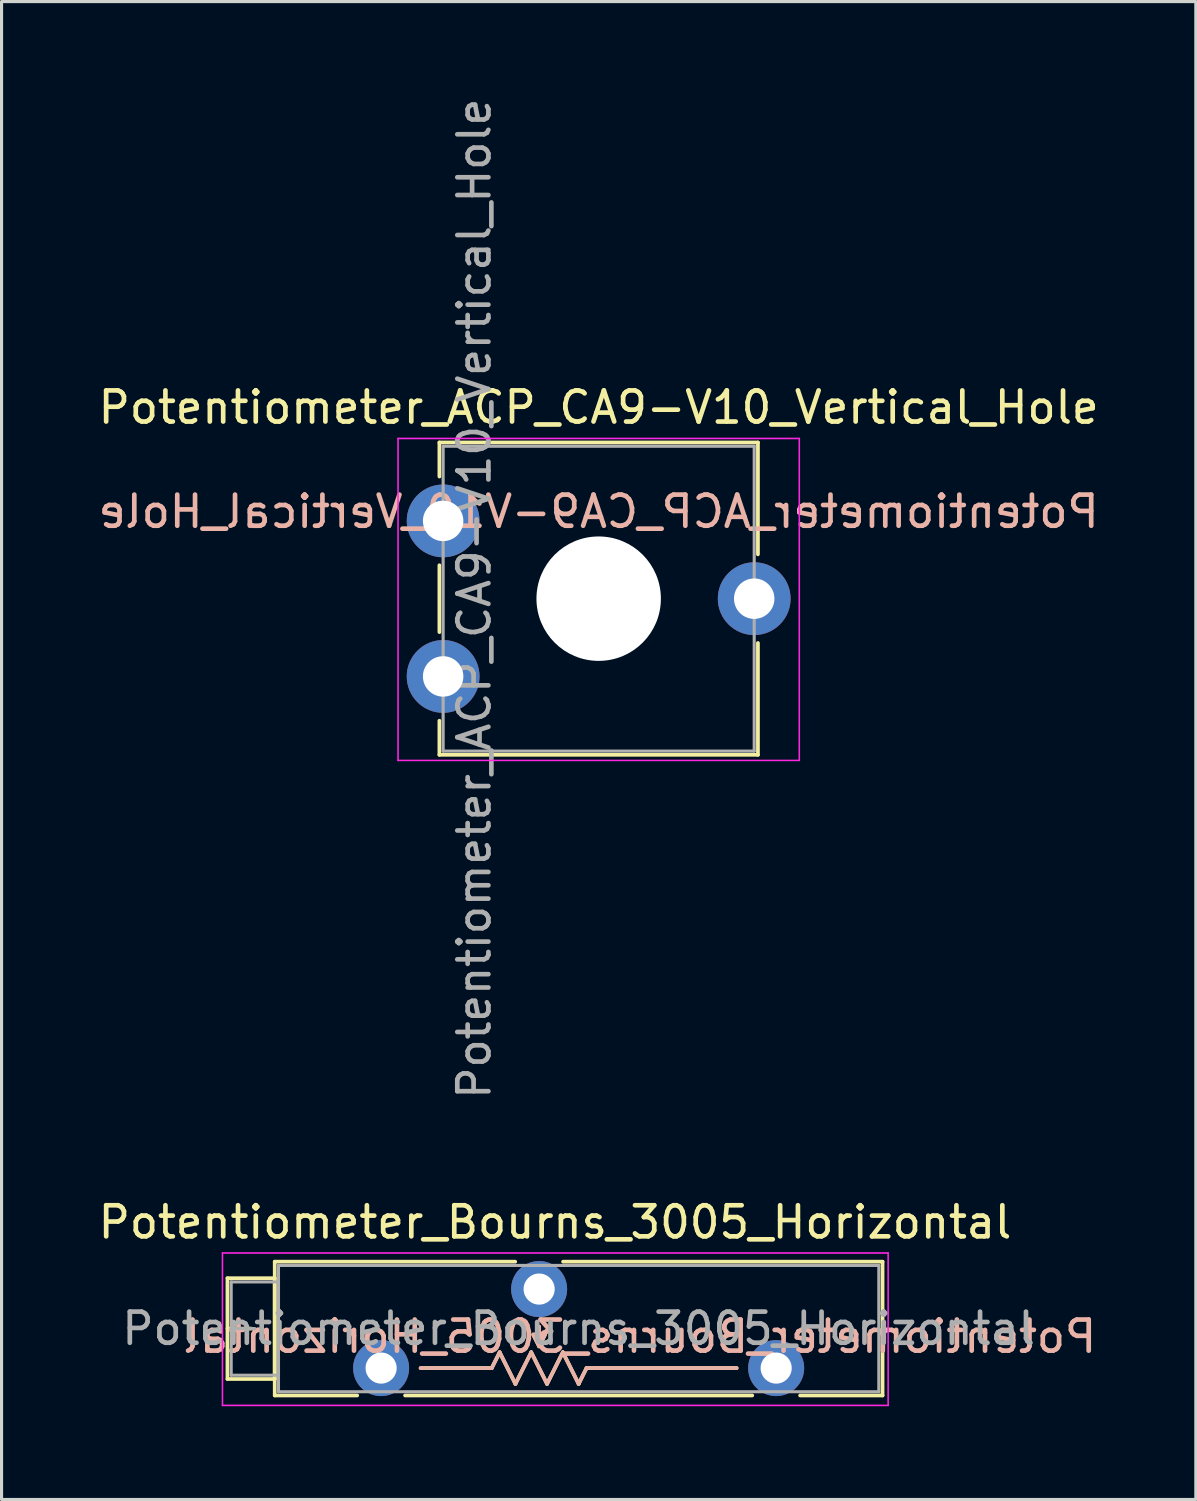
<source format=kicad_pcb>
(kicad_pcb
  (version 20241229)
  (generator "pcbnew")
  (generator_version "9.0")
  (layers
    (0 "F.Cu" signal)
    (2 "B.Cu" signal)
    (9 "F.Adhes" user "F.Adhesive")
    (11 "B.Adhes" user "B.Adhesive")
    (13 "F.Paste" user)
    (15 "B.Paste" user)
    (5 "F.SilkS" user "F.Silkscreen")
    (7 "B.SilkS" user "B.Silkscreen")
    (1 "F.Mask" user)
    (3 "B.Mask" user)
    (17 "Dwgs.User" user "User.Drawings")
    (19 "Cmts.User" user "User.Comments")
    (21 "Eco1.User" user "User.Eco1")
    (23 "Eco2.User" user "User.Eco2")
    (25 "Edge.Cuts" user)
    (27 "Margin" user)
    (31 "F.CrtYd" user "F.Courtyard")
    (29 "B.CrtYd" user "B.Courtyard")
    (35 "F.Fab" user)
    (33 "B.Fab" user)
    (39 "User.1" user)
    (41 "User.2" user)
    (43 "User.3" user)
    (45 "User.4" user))
  (footprint "Potentiometer_Bourns_3005_Horizontal"
    (layer "F.Cu")
    (at 21.902 40.931)
    (property "Reference" "Potentiometer_Bourns_3005_Horizontal" (at -7.11 -4.69 0) (layer "F.SilkS") (effects (font (size 1 1) (thickness 0.15))))
    (attr through_hole)
    (fp_line (start -17.64 -2.89) (end -17.64 0.35) (stroke (width 0.12) (type solid)) (layer "F.SilkS"))
    (fp_line (start -17.64 -2.89) (end -16.121 -2.89) (stroke (width 0.12) (type solid)) (layer "F.SilkS"))
    (fp_line (start -17.64 -1.27) (end -16.881 -1.27) (stroke (width 0.12) (type solid)) (layer "F.SilkS"))
    (fp_line (start -17.64 0.35) (end -16.121 0.35) (stroke (width 0.12) (type solid)) (layer "F.SilkS"))
    (fp_line (start -16.121 -2.89) (end -16.121 0.35) (stroke (width 0.12) (type solid)) (layer "F.SilkS"))
    (fp_line (start -16.12 -3.42) (end -16.12 0.88) (stroke (width 0.12) (type solid)) (layer "F.SilkS"))
    (fp_line (start -16.12 -3.42) (end -8.389 -3.42) (stroke (width 0.12) (type solid)) (layer "F.SilkS"))
    (fp_line (start -16.12 0.88) (end -13.469 0.88) (stroke (width 0.12) (type solid)) (layer "F.SilkS"))
    (fp_line (start -11.93 0.88) (end -0.769 0.88) (stroke (width 0.12) (type solid)) (layer "F.SilkS"))
    (fp_line (start -9.144 0) (end -11.43 0) (stroke (width 0.12) (type solid)) (layer "F.SilkS"))
    (fp_line (start -9.144 0) (end -8.89 -0.508) (stroke (width 0.12) (type solid)) (layer "F.SilkS"))
    (fp_line (start -8.89 -0.508) (end -8.382 0.508) (stroke (width 0.12) (type solid)) (layer "F.SilkS"))
    (fp_line (start -8.382 0.508) (end -7.874 -0.508) (stroke (width 0.12) (type solid)) (layer "F.SilkS"))
    (fp_line (start -7.874 -0.508) (end -7.366 0.508) (stroke (width 0.12) (type solid)) (layer "F.SilkS"))
    (fp_line (start -7.62 -1.333) (end -7.62 -0.699) (stroke (width 0.12) (type solid)) (layer "F.SilkS"))
    (fp_line (start -7.366 0.508) (end -6.858 -0.508) (stroke (width 0.12) (type solid)) (layer "F.SilkS"))
    (fp_line (start -6.858 -0.508) (end -6.35 0.508) (stroke (width 0.12) (type solid)) (layer "F.SilkS"))
    (fp_line (start -6.85 -3.42) (end 3.42 -3.42) (stroke (width 0.12) (type solid)) (layer "F.SilkS"))
    (fp_line (start -6.35 0.508) (end -6.096 0) (stroke (width 0.12) (type solid)) (layer "F.SilkS"))
    (fp_line (start -6.096 0) (end -1.27 0) (stroke (width 0.12) (type solid)) (layer "F.SilkS"))
    (fp_line (start 0.77 0.88) (end 3.42 0.88) (stroke (width 0.12) (type solid)) (layer "F.SilkS"))
    (fp_line (start 3.42 -3.42) (end 3.42 0.88) (stroke (width 0.12) (type solid)) (layer "F.SilkS"))
    (fp_poly (pts (xy -7.62 -0.699) (xy -7.811 -1.079) (xy -7.429 -1.079)) (stroke (width 0.12) (type solid)) (fill yes) (layer "F.SilkS"))
    (fp_line (start -11.43 0) (end -9.144 0) (stroke (width 0.12) (type solid)) (layer "B.SilkS"))
    (fp_line (start -9.144 0) (end -8.89 -0.508) (stroke (width 0.12) (type solid)) (layer "B.SilkS"))
    (fp_line (start -8.89 -0.508) (end -8.382 0.508) (stroke (width 0.12) (type solid)) (layer "B.SilkS"))
    (fp_line (start -8.382 0.508) (end -7.874 -0.508) (stroke (width 0.12) (type solid)) (layer "B.SilkS"))
    (fp_line (start -7.874 -0.508) (end -7.366 0.508) (stroke (width 0.12) (type solid)) (layer "B.SilkS"))
    (fp_line (start -7.62 -1.333) (end -7.62 -0.699) (stroke (width 0.12) (type solid)) (layer "B.SilkS"))
    (fp_line (start -7.366 0.508) (end -6.858 -0.508) (stroke (width 0.12) (type solid)) (layer "B.SilkS"))
    (fp_line (start -6.858 -0.508) (end -6.35 0.508) (stroke (width 0.12) (type solid)) (layer "B.SilkS"))
    (fp_line (start -6.35 0.508) (end -6.096 0) (stroke (width 0.12) (type solid)) (layer "B.SilkS"))
    (fp_line (start -6.096 0) (end -1.27 0) (stroke (width 0.12) (type solid)) (layer "B.SilkS"))
    (fp_poly (pts (xy -7.62 -0.699) (xy -7.811 -1.079) (xy -7.429 -1.079)) (stroke (width 0.12) (type solid)) (fill yes) (layer "B.SilkS"))
    (fp_line (start -17.8 -3.7) (end -17.8 1.2) (stroke (width 0.05) (type solid)) (layer "F.CrtYd"))
    (fp_line (start -17.8 1.2) (end 3.6 1.2) (stroke (width 0.05) (type solid)) (layer "F.CrtYd"))
    (fp_line (start 3.6 -3.7) (end -17.8 -3.7) (stroke (width 0.05) (type solid)) (layer "F.CrtYd"))
    (fp_line (start 3.6 1.2) (end 3.6 -3.7) (stroke (width 0.05) (type solid)) (layer "F.CrtYd"))
    (fp_line (start -17.52 -2.77) (end -17.52 0.23) (stroke (width 0.1) (type solid)) (layer "F.Fab"))
    (fp_line (start -17.52 -1.27) (end -16.76 -1.27) (stroke (width 0.1) (type solid)) (layer "F.Fab"))
    (fp_line (start -17.52 0.23) (end -16 0.23) (stroke (width 0.1) (type solid)) (layer "F.Fab"))
    (fp_line (start -16 -3.3) (end -16 0.76) (stroke (width 0.1) (type solid)) (layer "F.Fab"))
    (fp_line (start -16 -2.77) (end -17.52 -2.77) (stroke (width 0.1) (type solid)) (layer "F.Fab"))
    (fp_line (start -16 0.23) (end -16 -2.77) (stroke (width 0.1) (type solid)) (layer "F.Fab"))
    (fp_line (start -16 0.76) (end 3.3 0.76) (stroke (width 0.1) (type solid)) (layer "F.Fab"))
    (fp_line (start 3.3 -3.3) (end -16 -3.3) (stroke (width 0.1) (type solid)) (layer "F.Fab"))
    (fp_line (start 3.3 0.76) (end 3.3 -3.3) (stroke (width 0.1) (type solid)) (layer "F.Fab"))
    (fp_text user "${REFERENCE}" (at -4.381 -1.016 0) (unlocked yes) (layer "B.SilkS") (effects (font (size 1 1) (thickness 0.15)) (justify mirror)))
    (fp_text user "${REFERENCE}" (at -6.35 -1.27 0) (layer "F.Fab") (effects (font (size 1 1) (thickness 0.15))))
    (pad "1" thru_hole circle (at 0 0) (size 1.8 1.8) (drill 1) (layers "*.Cu" "*.Mask"))
    (pad "2" thru_hole circle (at -7.62 -2.54) (size 1.8 1.8) (drill 1) (layers "*.Cu" "*.Mask"))
    (pad "3" thru_hole circle (at -12.7 0) (size 1.8 1.8) (drill 1) (layers "*.Cu" "*.Mask")))
  (footprint "Potentiometer_ACP_CA9-V10_Vertical_Hole"
    (layer "F.Cu")
    (at 11.196 18.696)
    (property "Reference" "Potentiometer_ACP_CA9-V10_Vertical_Hole" (at 5 -8.65 0) (layer "F.SilkS") (effects (font (size 1 1) (thickness 0.15))))
    (attr through_hole)
    (fp_line (start -0.12 -7.521) (end -0.12 -6.426) (stroke (width 0.12) (type solid)) (layer "F.SilkS"))
    (fp_line (start -0.12 -7.521) (end 10.12 -7.521) (stroke (width 0.12) (type solid)) (layer "F.SilkS"))
    (fp_line (start -0.12 -3.574) (end -0.12 -1.425) (stroke (width 0.12) (type solid)) (layer "F.SilkS"))
    (fp_line (start -0.12 1.425) (end -0.12 2.52) (stroke (width 0.12) (type solid)) (layer "F.SilkS"))
    (fp_line (start -0.12 2.52) (end 10.12 2.52) (stroke (width 0.12) (type solid)) (layer "F.SilkS"))
    (fp_line (start 10.12 -7.521) (end 10.12 -3.925) (stroke (width 0.12) (type solid)) (layer "F.SilkS"))
    (fp_line (start 10.12 -1.075) (end 10.12 2.52) (stroke (width 0.12) (type solid)) (layer "F.SilkS"))
    (fp_line (start -1.45 -7.65) (end -1.45 2.7) (stroke (width 0.05) (type solid)) (layer "F.CrtYd"))
    (fp_line (start -1.45 2.7) (end 11.45 2.7) (stroke (width 0.05) (type solid)) (layer "F.CrtYd"))
    (fp_line (start 11.45 -7.65) (end -1.45 -7.65) (stroke (width 0.05) (type solid)) (layer "F.CrtYd"))
    (fp_line (start 11.45 2.7) (end 11.45 -7.65) (stroke (width 0.05) (type solid)) (layer "F.CrtYd"))
    (fp_line (start 0 -7.4) (end 0 2.4) (stroke (width 0.1) (type solid)) (layer "F.Fab"))
    (fp_line (start 0 2.4) (end 10 2.4) (stroke (width 0.1) (type solid)) (layer "F.Fab"))
    (fp_line (start 10 -7.4) (end 0 -7.4) (stroke (width 0.1) (type solid)) (layer "F.Fab"))
    (fp_line (start 10 2.4) (end 10 -7.4) (stroke (width 0.1) (type solid)) (layer "F.Fab"))
    (fp_text user "${REFERENCE}" (at 5 -5.3 0) (unlocked yes) (layer "B.SilkS") (effects (font (size 1 1) (thickness 0.15)) (justify mirror)))
    (fp_text user "${REFERENCE}" (at 1 -2.5 90) (layer "F.Fab") (effects (font (size 1 1) (thickness 0.15))))
    (pad "" np_thru_hole circle (at 5 -2.5) (size 4 4) (drill 4) (layers "*.Cu" "*.Mask"))
    (pad "1" thru_hole circle (at 0 0) (size 2.34 2.34) (drill 1.3) (layers "*.Cu" "*.Mask"))
    (pad "2" thru_hole circle (at 10 -2.5) (size 2.34 2.34) (drill 1.3) (layers "*.Cu" "*.Mask"))
    (pad "3" thru_hole circle (at 0 -5) (size 2.34 2.34) (drill 1.3) (layers "*.Cu" "*.Mask")))
  (gr_rect
    (start -3 -3)
    (end 35.393 45.156)
    (stroke (width 0.1) (type default))
    (fill no)
    (layer "Edge.Cuts")))
</source>
